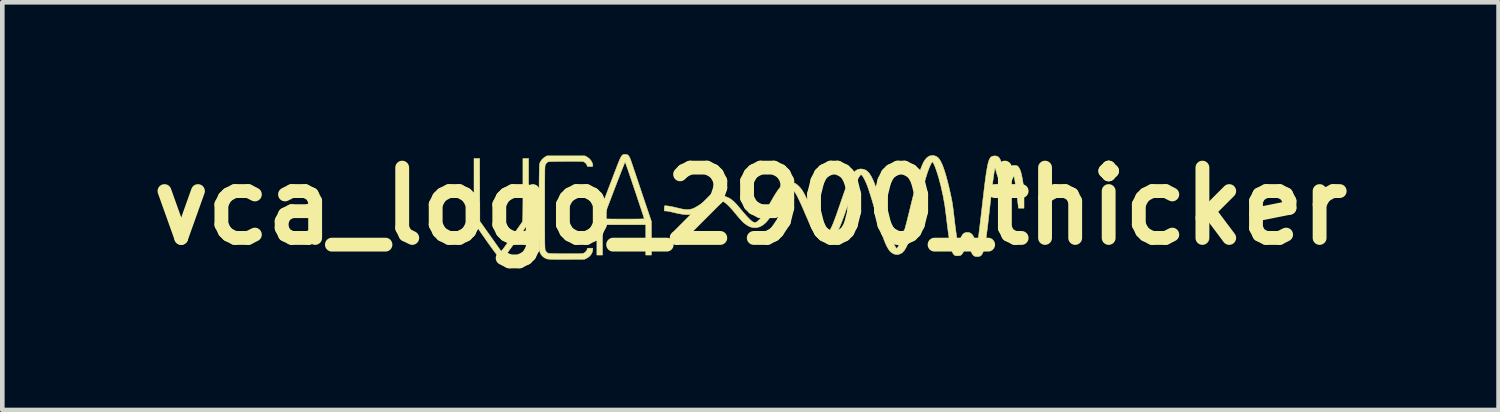
<source format=kicad_pcb>
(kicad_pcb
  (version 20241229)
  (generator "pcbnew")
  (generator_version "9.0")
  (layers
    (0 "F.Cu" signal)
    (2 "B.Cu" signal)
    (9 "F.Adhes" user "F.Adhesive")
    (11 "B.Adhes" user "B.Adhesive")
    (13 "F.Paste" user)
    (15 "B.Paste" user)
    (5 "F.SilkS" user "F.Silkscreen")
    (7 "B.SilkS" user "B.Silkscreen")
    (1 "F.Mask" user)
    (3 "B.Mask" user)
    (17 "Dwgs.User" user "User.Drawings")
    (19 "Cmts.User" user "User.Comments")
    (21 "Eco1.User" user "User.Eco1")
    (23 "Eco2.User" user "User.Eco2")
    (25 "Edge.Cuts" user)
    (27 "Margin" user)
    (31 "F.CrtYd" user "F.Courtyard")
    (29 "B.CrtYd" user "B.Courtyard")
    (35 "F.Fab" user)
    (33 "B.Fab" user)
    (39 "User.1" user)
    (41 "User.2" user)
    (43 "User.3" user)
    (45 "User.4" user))
  (footprint "vca_logo_2900_thicker"
    (layer "F.Cu")
    (at 13.215 1.418)
    (property "Reference" "vca_logo_2900_thicker" (at 0 0 0) (layer "F.SilkS") (effects (font (size 1.524 1.524) (thickness 0.3))))
    (attr through_hole)
    (fp_poly (pts (xy -5.864 0.329) (xy -5.755 0.482) (xy -5.715 0.539) (xy -5.668 0.604) (xy -5.619 0.674) (xy -5.571 0.741) (xy -5.529 0.801) (xy -5.495 0.849) (xy -5.464 0.892) (xy -5.439 0.928) (xy -5.419 0.955) (xy -5.407 0.972) (xy -5.404 0.975) (xy -5.397 0.971) (xy -5.382 0.955) (xy -5.361 0.929) (xy -5.335 0.895) (xy -5.324 0.879) (xy -5.259 0.788) (xy -5.198 0.702) (xy -5.141 0.623) (xy -5.091 0.551) (xy -5.046 0.488) (xy -5.008 0.434) (xy -4.978 0.391) (xy -4.956 0.359) (xy -4.944 0.34) (xy -4.941 0.336) (xy -4.939 0.326) (xy -4.937 0.306) (xy -4.936 0.274) (xy -4.935 0.23) (xy -4.933 0.173) (xy -4.933 0.102) (xy -4.932 0.017) (xy -4.931 -0.084) (xy -4.931 -0.201) (xy -4.931 -0.334) (xy -4.931 -0.359) (xy -4.931 -1.034) (xy -4.808 -1.034) (xy -4.808 0.347) (xy -4.833 0.393) (xy -4.844 0.412) (xy -4.863 0.442) (xy -4.89 0.482) (xy -4.923 0.53) (xy -4.961 0.584) (xy -5.003 0.643) (xy -5.047 0.705) (xy -5.092 0.768) (xy -5.136 0.831) (xy -5.18 0.891) (xy -5.221 0.947) (xy -5.257 0.997) (xy -5.289 1.04) (xy -5.314 1.073) (xy -5.332 1.095) (xy -5.34 1.103) (xy -5.372 1.118) (xy -5.41 1.12) (xy -5.446 1.107) (xy -5.456 1.101) (xy -5.467 1.09) (xy -5.487 1.066) (xy -5.514 1.03) (xy -5.547 0.986) (xy -5.586 0.934) (xy -5.628 0.876) (xy -5.672 0.814) (xy -5.718 0.75) (xy -5.763 0.685) (xy -5.808 0.622) (xy -5.85 0.561) (xy -5.888 0.505) (xy -5.921 0.456) (xy -5.949 0.414) (xy -5.968 0.383) (xy -5.979 0.363) (xy -5.981 0.359) (xy -5.983 0.345) (xy -5.985 0.317) (xy -5.987 0.274) (xy -5.988 0.217) (xy -5.989 0.145) (xy -5.99 0.057) (xy -5.99 -0.047) (xy -5.991 -0.168) (xy -5.991 -0.305) (xy -5.991 -0.354) (xy -5.991 -1.034) (xy -5.869 -1.034) (xy -5.864 0.329)) (stroke (width 0.01) (type solid)) (fill yes) (layer "F.SilkS"))
    (fp_poly (pts (xy -2.691 -1.12) (xy -2.672 -1.116) (xy -2.655 -1.107) (xy -2.639 -1.091) (xy -2.624 -1.067) (xy -2.608 -1.033) (xy -2.59 -0.986) (xy -2.569 -0.926) (xy -2.554 -0.88) (xy -2.539 -0.836) (xy -2.519 -0.777) (xy -2.495 -0.706) (xy -2.468 -0.625) (xy -2.438 -0.537) (xy -2.407 -0.443) (xy -2.374 -0.346) (xy -2.341 -0.247) (xy -2.318 -0.178) (xy -2.146 0.331) (xy -2.146 1.06) (xy -2.268 1.06) (xy -2.268 0.403) (xy -3.206 0.403) (xy -3.206 1.06) (xy -3.328 1.06) (xy -3.328 0.287) (xy -3.323 0.273) (xy -3.188 0.273) (xy -3.18 0.275) (xy -3.156 0.276) (xy -3.118 0.277) (xy -3.069 0.278) (xy -3.011 0.279) (xy -2.945 0.279) (xy -2.874 0.28) (xy -2.799 0.28) (xy -2.723 0.28) (xy -2.647 0.28) (xy -2.574 0.28) (xy -2.506 0.279) (xy -2.444 0.279) (xy -2.391 0.278) (xy -2.348 0.277) (xy -2.318 0.276) (xy -2.303 0.274) (xy -2.301 0.274) (xy -2.303 0.265) (xy -2.311 0.241) (xy -2.323 0.203) (xy -2.339 0.154) (xy -2.358 0.095) (xy -2.381 0.027) (xy -2.406 -0.049) (xy -2.433 -0.129) (xy -2.461 -0.214) (xy -2.49 -0.301) (xy -2.52 -0.389) (xy -2.549 -0.475) (xy -2.577 -0.56) (xy -2.605 -0.64) (xy -2.63 -0.715) (xy -2.653 -0.783) (xy -2.674 -0.842) (xy -2.691 -0.89) (xy -2.704 -0.927) (xy -2.712 -0.95) (xy -2.715 -0.958) (xy -2.719 -0.951) (xy -2.729 -0.929) (xy -2.743 -0.894) (xy -2.762 -0.846) (xy -2.785 -0.789) (xy -2.811 -0.723) (xy -2.839 -0.65) (xy -2.87 -0.571) (xy -2.902 -0.488) (xy -2.935 -0.402) (xy -2.968 -0.316) (xy -3.001 -0.229) (xy -3.033 -0.145) (xy -3.064 -0.064) (xy -3.093 0.011) (xy -3.119 0.08) (xy -3.141 0.141) (xy -3.16 0.192) (xy -3.175 0.232) (xy -3.184 0.259) (xy -3.188 0.272) (xy -3.188 0.273) (xy -3.323 0.273) (xy -3.198 -0.06) (xy -3.163 -0.152) (xy -3.124 -0.255) (xy -3.083 -0.364) (xy -3.041 -0.474) (xy -3 -0.58) (xy -2.963 -0.678) (xy -2.94 -0.74) (xy -2.905 -0.829) (xy -2.877 -0.903) (xy -2.853 -0.963) (xy -2.832 -1.011) (xy -2.815 -1.048) (xy -2.8 -1.076) (xy -2.786 -1.095) (xy -2.773 -1.108) (xy -2.759 -1.116) (xy -2.745 -1.12) (xy -2.728 -1.121) (xy -2.715 -1.121) (xy -2.691 -1.12)) (stroke (width 0.01) (type solid)) (fill yes) (layer "F.SilkS"))
    (fp_poly (pts (xy -3.54 -1.065) (xy -3.495 -1.032) (xy -3.457 -0.99) (xy -3.431 -0.944) (xy -3.417 -0.896) (xy -3.416 -0.879) (xy -3.417 -0.868) (xy -3.423 -0.862) (xy -3.437 -0.859) (xy -3.464 -0.858) (xy -3.476 -0.858) (xy -3.508 -0.859) (xy -3.526 -0.861) (xy -3.536 -0.866) (xy -3.54 -0.876) (xy -3.541 -0.884) (xy -3.556 -0.916) (xy -3.583 -0.943) (xy -3.617 -0.963) (xy -3.637 -0.968) (xy -3.654 -0.969) (xy -3.686 -0.97) (xy -3.732 -0.97) (xy -3.788 -0.971) (xy -3.854 -0.971) (xy -3.927 -0.971) (xy -4.004 -0.971) (xy -4.026 -0.97) (xy -4.114 -0.97) (xy -4.186 -0.969) (xy -4.244 -0.968) (xy -4.29 -0.967) (xy -4.325 -0.966) (xy -4.35 -0.965) (xy -4.369 -0.962) (xy -4.382 -0.96) (xy -4.392 -0.956) (xy -4.399 -0.952) (xy -4.403 -0.95) (xy -4.424 -0.929) (xy -4.442 -0.903) (xy -4.443 -0.902) (xy -4.445 -0.896) (xy -4.447 -0.888) (xy -4.449 -0.878) (xy -4.451 -0.864) (xy -4.453 -0.845) (xy -4.454 -0.82) (xy -4.455 -0.788) (xy -4.456 -0.748) (xy -4.456 -0.699) (xy -4.457 -0.64) (xy -4.457 -0.571) (xy -4.458 -0.489) (xy -4.458 -0.394) (xy -4.458 -0.285) (xy -4.458 -0.16) (xy -4.458 -0.02) (xy -4.458 0.031) (xy -4.458 0.177) (xy -4.458 0.306) (xy -4.458 0.42) (xy -4.458 0.52) (xy -4.457 0.606) (xy -4.457 0.68) (xy -4.457 0.742) (xy -4.456 0.794) (xy -4.455 0.837) (xy -4.454 0.871) (xy -4.453 0.898) (xy -4.452 0.919) (xy -4.45 0.935) (xy -4.448 0.947) (xy -4.446 0.955) (xy -4.444 0.961) (xy -4.443 0.963) (xy -4.425 0.988) (xy -4.404 1.01) (xy -4.403 1.011) (xy -4.396 1.015) (xy -4.388 1.019) (xy -4.378 1.022) (xy -4.363 1.025) (xy -4.342 1.026) (xy -4.312 1.028) (xy -4.274 1.029) (xy -4.224 1.03) (xy -4.161 1.031) (xy -4.084 1.031) (xy -4.017 1.032) (xy -3.91 1.032) (xy -3.82 1.032) (xy -3.746 1.032) (xy -3.689 1.03) (xy -3.65 1.028) (xy -3.627 1.026) (xy -3.625 1.025) (xy -3.597 1.011) (xy -3.57 0.989) (xy -3.549 0.963) (xy -3.539 0.938) (xy -3.538 0.932) (xy -3.538 0.921) (xy -3.532 0.915) (xy -3.519 0.912) (xy -3.493 0.911) (xy -3.477 0.911) (xy -3.416 0.911) (xy -3.417 0.939) (xy -3.426 0.992) (xy -3.45 1.042) (xy -3.487 1.086) (xy -3.533 1.121) (xy -3.544 1.127) (xy -3.595 1.152) (xy -3.981 1.154) (xy -4.082 1.154) (xy -4.166 1.154) (xy -4.236 1.153) (xy -4.292 1.152) (xy -4.336 1.151) (xy -4.369 1.149) (xy -4.392 1.147) (xy -4.407 1.144) (xy -4.461 1.121) (xy -4.509 1.083) (xy -4.546 1.035) (xy -4.568 0.984) (xy -4.571 0.968) (xy -4.573 0.936) (xy -4.574 0.889) (xy -4.576 0.829) (xy -4.578 0.757) (xy -4.579 0.674) (xy -4.58 0.583) (xy -4.581 0.485) (xy -4.581 0.38) (xy -4.582 0.271) (xy -4.582 0.159) (xy -4.582 0.046) (xy -4.582 -0.068) (xy -4.582 -0.181) (xy -4.581 -0.291) (xy -4.581 -0.397) (xy -4.58 -0.497) (xy -4.579 -0.591) (xy -4.578 -0.675) (xy -4.576 -0.75) (xy -4.574 -0.814) (xy -4.573 -0.865) (xy -4.571 -0.901) (xy -4.568 -0.922) (xy -4.568 -0.925) (xy -4.545 -0.974) (xy -4.509 -1.02) (xy -4.463 -1.059) (xy -4.451 -1.066) (xy -4.41 -1.09) (xy -3.587 -1.09) (xy -3.54 -1.065)) (stroke (width 0.01) (type solid)) (fill yes) (layer "F.SilkS"))
    (fp_poly (pts (xy 3.988 -1.093) (xy 4.036 -1.074) (xy 4.065 -1.053) (xy 4.094 -1.02) (xy 4.122 -0.974) (xy 4.151 -0.916) (xy 4.18 -0.843) (xy 4.21 -0.756) (xy 4.241 -0.653) (xy 4.273 -0.535) (xy 4.306 -0.401) (xy 4.33 -0.296) (xy 4.345 -0.226) (xy 4.358 -0.163) (xy 4.37 -0.104) (xy 4.38 -0.043) (xy 4.389 0.023) (xy 4.399 0.098) (xy 4.409 0.186) (xy 4.41 0.193) (xy 4.42 0.279) (xy 4.429 0.356) (xy 4.438 0.427) (xy 4.447 0.497) (xy 4.457 0.569) (xy 4.468 0.648) (xy 4.481 0.738) (xy 4.491 0.799) (xy 4.495 0.819) (xy 4.501 0.828) (xy 4.502 0.827) (xy 4.508 0.817) (xy 4.518 0.795) (xy 4.528 0.766) (xy 4.529 0.764) (xy 4.551 0.704) (xy 4.576 0.653) (xy 4.601 0.614) (xy 4.626 0.589) (xy 4.629 0.587) (xy 4.669 0.572) (xy 4.703 0.569) (xy 4.741 0.573) (xy 4.774 0.587) (xy 4.803 0.611) (xy 4.829 0.647) (xy 4.853 0.697) (xy 4.878 0.763) (xy 4.883 0.778) (xy 4.894 0.81) (xy 4.903 0.834) (xy 4.908 0.847) (xy 4.91 0.848) (xy 4.914 0.835) (xy 4.92 0.806) (xy 4.928 0.761) (xy 4.937 0.701) (xy 4.948 0.625) (xy 4.96 0.536) (xy 4.972 0.433) (xy 4.986 0.318) (xy 5.001 0.19) (xy 5.017 0.052) (xy 5.023 0) (xy 5.041 -0.159) (xy 5.058 -0.3) (xy 5.073 -0.427) (xy 5.087 -0.539) (xy 5.1 -0.637) (xy 5.113 -0.722) (xy 5.125 -0.796) (xy 5.136 -0.858) (xy 5.147 -0.911) (xy 5.159 -0.954) (xy 5.17 -0.99) (xy 5.182 -1.018) (xy 5.194 -1.04) (xy 5.207 -1.057) (xy 5.221 -1.07) (xy 5.226 -1.073) (xy 5.257 -1.085) (xy 5.295 -1.089) (xy 5.334 -1.085) (xy 5.363 -1.073) (xy 5.377 -1.063) (xy 5.389 -1.051) (xy 5.4 -1.035) (xy 5.412 -1.014) (xy 5.425 -0.985) (xy 5.439 -0.947) (xy 5.455 -0.898) (xy 5.474 -0.836) (xy 5.497 -0.76) (xy 5.506 -0.731) (xy 5.53 -0.653) (xy 5.543 -0.688) (xy 5.567 -0.744) (xy 5.593 -0.794) (xy 5.619 -0.833) (xy 5.642 -0.86) (xy 5.649 -0.866) (xy 5.671 -0.878) (xy 5.693 -0.883) (xy 5.722 -0.883) (xy 5.732 -0.883) (xy 5.763 -0.879) (xy 5.783 -0.873) (xy 5.799 -0.86) (xy 5.812 -0.847) (xy 5.832 -0.815) (xy 5.852 -0.769) (xy 5.87 -0.708) (xy 5.887 -0.63) (xy 5.89 -0.617) (xy 5.903 -0.545) (xy 5.913 -0.48) (xy 5.92 -0.418) (xy 5.925 -0.356) (xy 5.928 -0.287) (xy 5.929 -0.208) (xy 5.93 -0.162) (xy 5.93 0.044) (xy 5.811 0.044) (xy 5.782 -0.191) (xy 5.771 -0.278) (xy 5.76 -0.361) (xy 5.749 -0.438) (xy 5.739 -0.505) (xy 5.73 -0.562) (xy 5.722 -0.607) (xy 5.716 -0.636) (xy 5.714 -0.643) (xy 5.709 -0.647) (xy 5.702 -0.639) (xy 5.69 -0.615) (xy 5.683 -0.599) (xy 5.653 -0.539) (xy 5.62 -0.496) (xy 5.583 -0.469) (xy 5.541 -0.457) (xy 5.502 -0.46) (xy 5.47 -0.47) (xy 5.443 -0.488) (xy 5.418 -0.516) (xy 5.395 -0.555) (xy 5.372 -0.608) (xy 5.349 -0.675) (xy 5.333 -0.731) (xy 5.303 -0.835) (xy 5.293 -0.787) (xy 5.286 -0.749) (xy 5.277 -0.695) (xy 5.267 -0.624) (xy 5.255 -0.536) (xy 5.242 -0.431) (xy 5.227 -0.31) (xy 5.211 -0.173) (xy 5.194 -0.022) (xy 5.179 0.108) (xy 5.166 0.221) (xy 5.155 0.321) (xy 5.145 0.407) (xy 5.136 0.482) (xy 5.127 0.548) (xy 5.12 0.605) (xy 5.113 0.656) (xy 5.106 0.702) (xy 5.099 0.744) (xy 5.097 0.758) (xy 5.081 0.844) (xy 5.066 0.915) (xy 5.051 0.971) (xy 5.035 1.014) (xy 5.018 1.047) (xy 4.999 1.069) (xy 4.984 1.08) (xy 4.951 1.092) (xy 4.911 1.094) (xy 4.872 1.089) (xy 4.848 1.079) (xy 4.827 1.06) (xy 4.805 1.03) (xy 4.784 0.987) (xy 4.761 0.93) (xy 4.742 0.874) (xy 4.729 0.834) (xy 4.717 0.802) (xy 4.708 0.78) (xy 4.703 0.771) (xy 4.703 0.771) (xy 4.698 0.778) (xy 4.69 0.798) (xy 4.682 0.821) (xy 4.657 0.894) (xy 4.633 0.955) (xy 4.61 1.003) (xy 4.589 1.036) (xy 4.585 1.041) (xy 4.567 1.058) (xy 4.551 1.068) (xy 4.528 1.073) (xy 4.501 1.075) (xy 4.468 1.077) (xy 4.446 1.074) (xy 4.429 1.066) (xy 4.421 1.06) (xy 4.404 1.044) (xy 4.389 1.022) (xy 4.375 0.993) (xy 4.361 0.956) (xy 4.347 0.91) (xy 4.334 0.854) (xy 4.321 0.787) (xy 4.308 0.708) (xy 4.294 0.616) (xy 4.28 0.51) (xy 4.264 0.388) (xy 4.248 0.251) (xy 4.243 0.21) (xy 4.214 -0.011) (xy 4.176 -0.224) (xy 4.129 -0.435) (xy 4.082 -0.612) (xy 4.059 -0.687) (xy 4.037 -0.756) (xy 4.016 -0.817) (xy 3.995 -0.87) (xy 3.977 -0.912) (xy 3.961 -0.942) (xy 3.948 -0.957) (xy 3.941 -0.959) (xy 3.93 -0.946) (xy 3.915 -0.919) (xy 3.897 -0.882) (xy 3.878 -0.837) (xy 3.858 -0.787) (xy 3.84 -0.736) (xy 3.838 -0.73) (xy 3.821 -0.678) (xy 3.804 -0.623) (xy 3.787 -0.564) (xy 3.768 -0.497) (xy 3.748 -0.421) (xy 3.726 -0.336) (xy 3.702 -0.237) (xy 3.674 -0.125) (xy 3.652 -0.035) (xy 3.613 0.124) (xy 3.577 0.266) (xy 3.544 0.394) (xy 3.513 0.506) (xy 3.484 0.605) (xy 3.457 0.692) (xy 3.431 0.766) (xy 3.406 0.829) (xy 3.381 0.883) (xy 3.357 0.927) (xy 3.333 0.963) (xy 3.309 0.991) (xy 3.284 1.013) (xy 3.258 1.029) (xy 3.205 1.048) (xy 3.152 1.049) (xy 3.1 1.033) (xy 3.051 1.001) (xy 3.035 0.987) (xy 3.008 0.956) (xy 2.982 0.916) (xy 2.954 0.867) (xy 2.927 0.807) (xy 2.898 0.736) (xy 2.867 0.652) (xy 2.835 0.554) (xy 2.8 0.441) (xy 2.763 0.312) (xy 2.754 0.281) (xy 2.716 0.147) (xy 2.682 0.029) (xy 2.652 -0.075) (xy 2.625 -0.166) (xy 2.6 -0.245) (xy 2.578 -0.314) (xy 2.558 -0.373) (xy 2.54 -0.425) (xy 2.522 -0.471) (xy 2.505 -0.511) (xy 2.488 -0.548) (xy 2.473 -0.579) (xy 2.447 -0.627) (xy 2.425 -0.66) (xy 2.408 -0.677) (xy 2.394 -0.68) (xy 2.391 -0.679) (xy 2.376 -0.664) (xy 2.357 -0.636) (xy 2.334 -0.597) (xy 2.31 -0.551) (xy 2.286 -0.501) (xy 2.27 -0.465) (xy 2.256 -0.43) (xy 2.237 -0.381) (xy 2.215 -0.322) (xy 2.192 -0.256) (xy 2.167 -0.186) (xy 2.142 -0.115) (xy 2.137 -0.1) (xy 2.095 0.022) (xy 2.058 0.129) (xy 2.025 0.222) (xy 1.995 0.302) (xy 1.969 0.371) (xy 1.944 0.431) (xy 1.922 0.482) (xy 1.9 0.527) (xy 1.879 0.566) (xy 1.859 0.601) (xy 1.84 0.63) (xy 1.793 0.686) (xy 1.742 0.726) (xy 1.687 0.751) (xy 1.629 0.758) (xy 1.57 0.749) (xy 1.512 0.724) (xy 1.479 0.7) (xy 1.447 0.668) (xy 1.414 0.625) (xy 1.378 0.569) (xy 1.37 0.556) (xy 1.358 0.535) (xy 1.347 0.517) (xy 1.337 0.498) (xy 1.326 0.477) (xy 1.315 0.453) (xy 1.301 0.424) (xy 1.285 0.388) (xy 1.265 0.344) (xy 1.242 0.288) (xy 1.212 0.221) (xy 1.177 0.14) (xy 1.17 0.123) (xy 1.14 0.054) (xy 1.11 -0.014) (xy 1.081 -0.078) (xy 1.054 -0.136) (xy 1.031 -0.184) (xy 1.013 -0.22) (xy 1.007 -0.231) (xy 0.978 -0.281) (xy 0.947 -0.325) (xy 0.917 -0.361) (xy 0.891 -0.388) (xy 0.869 -0.401) (xy 0.862 -0.403) (xy 0.846 -0.396) (xy 0.822 -0.378) (xy 0.794 -0.351) (xy 0.765 -0.317) (xy 0.736 -0.281) (xy 0.72 -0.258) (xy 0.706 -0.235) (xy 0.684 -0.2) (xy 0.658 -0.156) (xy 0.629 -0.104) (xy 0.598 -0.05) (xy 0.582 -0.022) (xy 0.53 0.07) (xy 0.484 0.148) (xy 0.443 0.213) (xy 0.406 0.267) (xy 0.373 0.312) (xy 0.342 0.348) (xy 0.328 0.362) (xy 0.266 0.413) (xy 0.201 0.448) (xy 0.135 0.466) (xy 0.066 0.466) (xy -0.003 0.45) (xy -0.071 0.416) (xy -0.139 0.366) (xy -0.165 0.342) (xy -0.191 0.315) (xy -0.224 0.278) (xy -0.262 0.235) (xy -0.3 0.19) (xy -0.319 0.166) (xy -0.387 0.085) (xy -0.448 0.018) (xy -0.502 -0.035) (xy -0.549 -0.075) (xy -0.592 -0.102) (xy -0.631 -0.117) (xy -0.665 -0.12) (xy -0.675 -0.119) (xy -0.701 -0.113) (xy -0.731 -0.102) (xy -0.766 -0.084) (xy -0.809 -0.059) (xy -0.862 -0.026) (xy -0.918 0.011) (xy -1.008 0.068) (xy -1.089 0.114) (xy -1.165 0.147) (xy -1.238 0.17) (xy -1.311 0.182) (xy -1.388 0.184) (xy -1.472 0.176) (xy -1.565 0.16) (xy -1.647 0.141) (xy -1.697 0.129) (xy -1.745 0.118) (xy -1.786 0.111) (xy -1.816 0.106) (xy -1.828 0.105) (xy -1.866 0.105) (xy -1.866 0.048) (xy -1.865 0.017) (xy -1.863 0.000075) (xy -1.857 -0.007) (xy -1.849 -0.009) (xy -1.814 -0.006) (xy -1.767 0.00017) (xy -1.71 0.01) (xy -1.648 0.023) (xy -1.583 0.039) (xy -1.572 0.041) (xy -1.489 0.061) (xy -1.418 0.072) (xy -1.357 0.074) (xy -1.303 0.069) (xy -1.253 0.056) (xy -1.245 0.053) (xy -1.22 0.042) (xy -1.184 0.022) (xy -1.14 -0.003) (xy -1.092 -0.033) (xy -1.045 -0.063) (xy -0.997 -0.094) (xy -0.952 -0.123) (xy -0.912 -0.148) (xy -0.88 -0.167) (xy -0.86 -0.179) (xy -0.86 -0.179) (xy -0.779 -0.211) (xy -0.697 -0.226) (xy -0.616 -0.225) (xy -0.537 -0.208) (xy -0.462 -0.175) (xy -0.433 -0.157) (xy -0.403 -0.135) (xy -0.376 -0.114) (xy -0.349 -0.09) (xy -0.321 -0.061) (xy -0.289 -0.026) (xy -0.251 0.019) (xy -0.208 0.07) (xy -0.143 0.147) (xy -0.086 0.211) (xy -0.039 0.262) (xy 0.002 0.302) (xy 0.036 0.33) (xy 0.065 0.347) (xy 0.09 0.356) (xy 0.111 0.355) (xy 0.111 0.355) (xy 0.134 0.344) (xy 0.163 0.321) (xy 0.196 0.289) (xy 0.23 0.251) (xy 0.262 0.21) (xy 0.27 0.198) (xy 0.287 0.172) (xy 0.311 0.134) (xy 0.339 0.086) (xy 0.37 0.033) (xy 0.402 -0.023) (xy 0.416 -0.048) (xy 0.468 -0.14) (xy 0.513 -0.217) (xy 0.553 -0.282) (xy 0.589 -0.335) (xy 0.621 -0.379) (xy 0.651 -0.414) (xy 0.68 -0.443) (xy 0.709 -0.466) (xy 0.74 -0.486) (xy 0.74 -0.487) (xy 0.764 -0.5) (xy 0.785 -0.507) (xy 0.81 -0.511) (xy 0.845 -0.512) (xy 0.858 -0.512) (xy 0.908 -0.51) (xy 0.948 -0.502) (xy 0.983 -0.486) (xy 1.018 -0.46) (xy 1.055 -0.425) (xy 1.079 -0.4) (xy 1.101 -0.372) (xy 1.124 -0.34) (xy 1.147 -0.302) (xy 1.172 -0.257) (xy 1.199 -0.204) (xy 1.23 -0.141) (xy 1.263 -0.067) (xy 1.302 0.02) (xy 1.345 0.121) (xy 1.379 0.201) (xy 1.405 0.26) (xy 1.431 0.32) (xy 1.457 0.377) (xy 1.48 0.426) (xy 1.498 0.463) (xy 1.501 0.468) (xy 1.526 0.513) (xy 1.553 0.555) (xy 1.58 0.591) (xy 1.604 0.619) (xy 1.624 0.636) (xy 1.634 0.639) (xy 1.646 0.632) (xy 1.665 0.612) (xy 1.687 0.581) (xy 1.711 0.544) (xy 1.734 0.502) (xy 1.754 0.464) (xy 1.769 0.431) (xy 1.785 0.395) (xy 1.801 0.355) (xy 1.819 0.309) (xy 1.839 0.255) (xy 1.863 0.191) (xy 1.889 0.115) (xy 1.92 0.027) (xy 1.949 -0.057) (xy 1.982 -0.155) (xy 2.011 -0.237) (xy 2.035 -0.307) (xy 2.057 -0.366) (xy 2.075 -0.415) (xy 2.091 -0.457) (xy 2.106 -0.493) (xy 2.121 -0.526) (xy 2.135 -0.556) (xy 2.144 -0.574) (xy 2.183 -0.647) (xy 2.22 -0.704) (xy 2.256 -0.747) (xy 2.293 -0.777) (xy 2.333 -0.796) (xy 2.377 -0.805) (xy 2.4 -0.806) (xy 2.458 -0.798) (xy 2.508 -0.776) (xy 2.554 -0.737) (xy 2.58 -0.705) (xy 2.602 -0.672) (xy 2.623 -0.636) (xy 2.644 -0.595) (xy 2.666 -0.548) (xy 2.688 -0.494) (xy 2.711 -0.431) (xy 2.736 -0.358) (xy 2.763 -0.274) (xy 2.793 -0.177) (xy 2.825 -0.067) (xy 2.862 0.059) (xy 2.874 0.101) (xy 2.898 0.184) (xy 2.922 0.268) (xy 2.946 0.349) (xy 2.968 0.424) (xy 2.989 0.492) (xy 3.006 0.549) (xy 3.02 0.593) (xy 3.024 0.604) (xy 3.045 0.664) (xy 3.068 0.722) (xy 3.091 0.777) (xy 3.113 0.826) (xy 3.133 0.866) (xy 3.151 0.896) (xy 3.165 0.912) (xy 3.171 0.915) (xy 3.181 0.907) (xy 3.197 0.885) (xy 3.215 0.852) (xy 3.236 0.809) (xy 3.257 0.759) (xy 3.279 0.705) (xy 3.299 0.649) (xy 3.306 0.626) (xy 3.32 0.583) (xy 3.333 0.541) (xy 3.345 0.499) (xy 3.358 0.454) (xy 3.371 0.406) (xy 3.386 0.352) (xy 3.401 0.29) (xy 3.419 0.218) (xy 3.44 0.135) (xy 3.463 0.039) (xy 3.49 -0.071) (xy 3.525 -0.212) (xy 3.556 -0.336) (xy 3.584 -0.447) (xy 3.61 -0.543) (xy 3.634 -0.628) (xy 3.656 -0.702) (xy 3.677 -0.767) (xy 3.697 -0.823) (xy 3.716 -0.872) (xy 3.735 -0.916) (xy 3.754 -0.956) (xy 3.755 -0.957) (xy 3.793 -1.016) (xy 3.836 -1.06) (xy 3.883 -1.087) (xy 3.934 -1.098) (xy 3.988 -1.093)) (stroke (width 0.01) (type solid)) (fill yes) (layer "F.SilkS")))
  (gr_rect
    (start -3 -3)
    (end 29.431 5.836)
    (stroke (width 0.1) (type default))
    (fill no)
    (layer "Edge.Cuts")))
</source>
